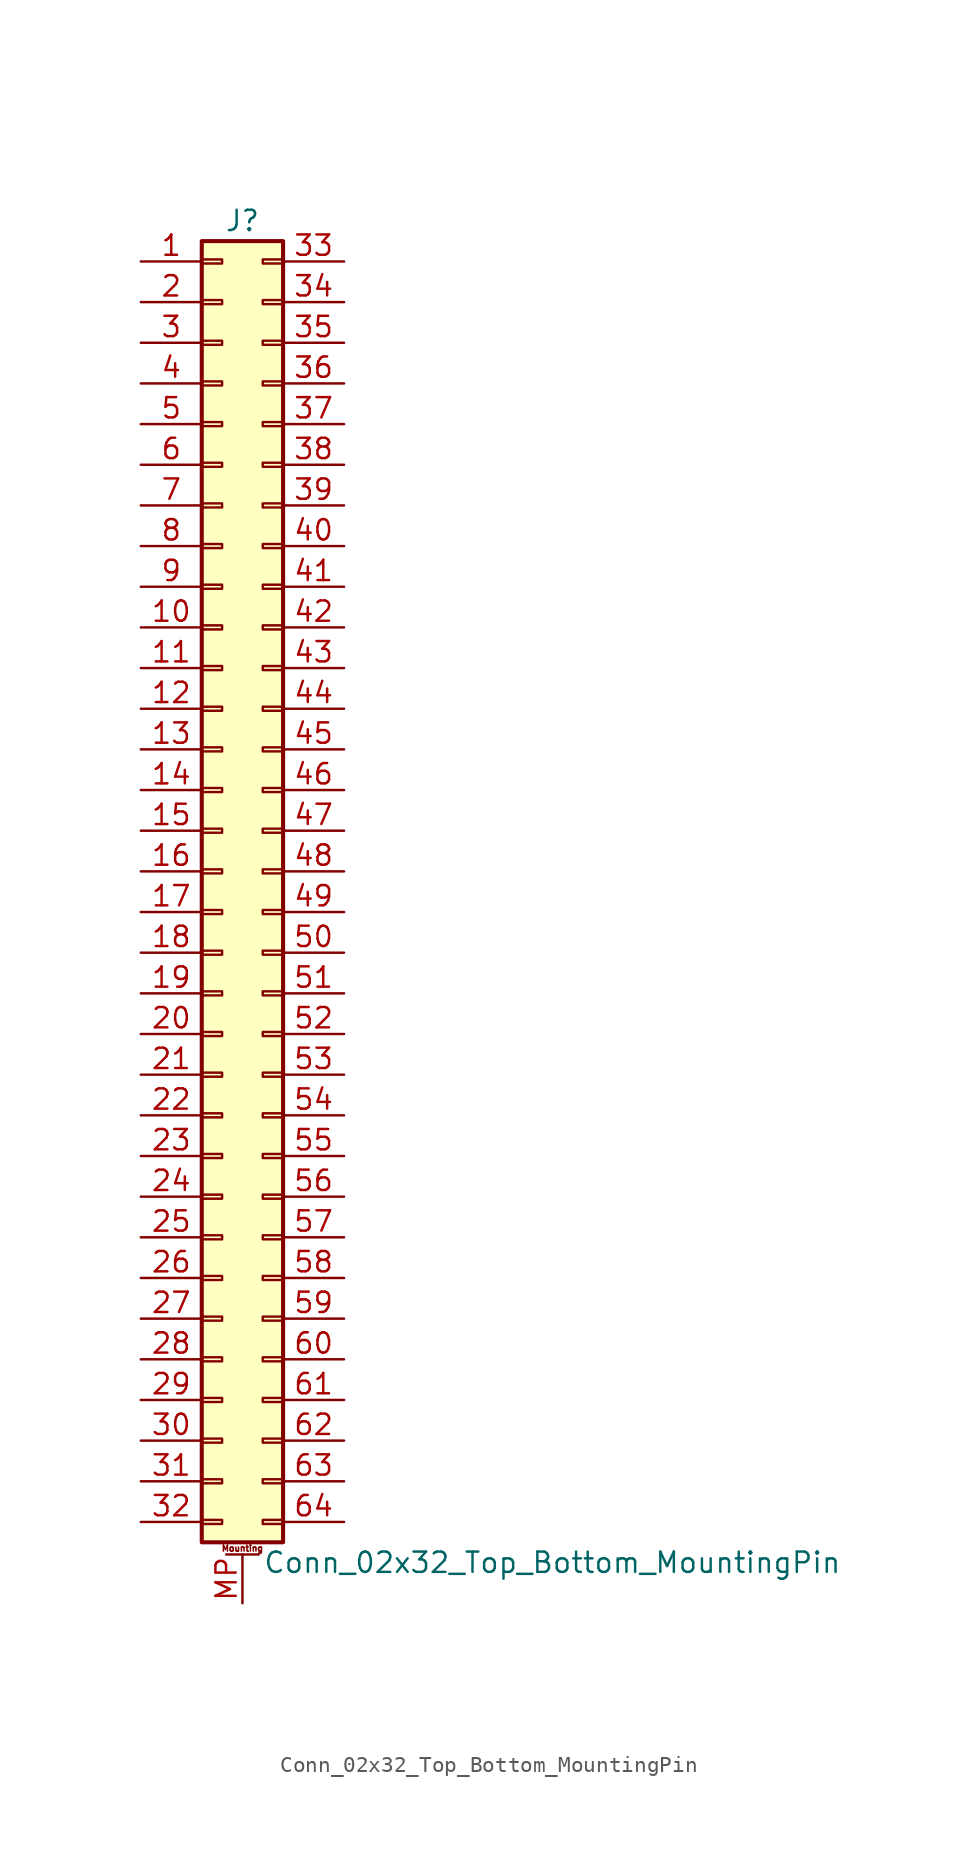
<source format=kicad_sym>
(kicad_symbol_lib
  (version 20201005)
  (generator kicad_symbol_editor)
  (symbol "Connector_Generic_MountingPin:Conn_02x32_Top_Bottom_MountingPin"
    (pin_names
      (offset 1.016) hide)
    (property "Reference" "J"
      (at 1.27 40.64 0)
      (effects (font (size 1.27 1.27))))
    (property "Value" "Conn_02x32_Top_Bottom_MountingPin"
      (at 2.54 -43.18 0)
      (effects (font (size 1.27 1.27)) (justify left)))
    (symbol "Conn_02x32_Top_Bottom_MountingPin_1_1"
      (text "Mounting" (at 1.27 -42.291 0) (effects (font (size 0.381 0.381))))
      (rectangle (start -1.27 -27.813) (end 0 -28.067) (stroke (width 0.152)) (fill (type none)))
      (rectangle (start -1.27 -30.353) (end 0 -30.607) (stroke (width 0.152)) (fill (type none)))
      (rectangle (start -1.27 -32.893) (end 0 -33.147) (stroke (width 0.152)) (fill (type none)))
      (rectangle (start -1.27 -35.433) (end 0 -35.687) (stroke (width 0.152)) (fill (type none)))
      (rectangle (start -1.27 -37.973) (end 0 -38.227) (stroke (width 0.152)) (fill (type none)))
      (rectangle (start -1.27 -40.513) (end 0 -40.767) (stroke (width 0.152)) (fill (type none)))
      (rectangle (start -1.27 -4.953) (end 0 -5.207) (stroke (width 0.152)) (fill (type none)))
      (rectangle (start -1.27 -7.493) (end 0 -7.747) (stroke (width 0.152)) (fill (type none)))
      (rectangle (start -1.27 -10.033) (end 0 -10.287) (stroke (width 0.152)) (fill (type none)))
      (rectangle (start -1.27 -12.573) (end 0 -12.827) (stroke (width 0.152)) (fill (type none)))
      (rectangle (start -1.27 -15.113) (end 0 -15.367) (stroke (width 0.152)) (fill (type none)))
      (rectangle (start -1.27 -17.653) (end 0 -17.907) (stroke (width 0.152)) (fill (type none)))
      (rectangle (start -1.27 -20.193) (end 0 -20.447) (stroke (width 0.152)) (fill (type none)))
      (rectangle (start -1.27 -22.733) (end 0 -22.987) (stroke (width 0.152)) (fill (type none)))
      (rectangle (start -1.27 -2.413) (end 0 -2.667) (stroke (width 0.152)) (fill (type none)))
      (rectangle (start -1.27 -25.273) (end 0 -25.527) (stroke (width 0.152)) (fill (type none)))
      (rectangle (start -1.27 25.527) (end 0 25.273) (stroke (width 0.152)) (fill (type none)))
      (rectangle (start -1.27 2.667) (end 0 2.413) (stroke (width 0.152)) (fill (type none)))
      (rectangle (start -1.27 28.067) (end 0 27.813) (stroke (width 0.152)) (fill (type none)))
      (rectangle (start -1.27 30.607) (end 0 30.353) (stroke (width 0.152)) (fill (type none)))
      (rectangle (start -1.27 33.147) (end 0 32.893) (stroke (width 0.152)) (fill (type none)))
      (rectangle (start -1.27 35.687) (end 0 35.433) (stroke (width 0.152)) (fill (type none)))
      (rectangle (start -1.27 38.227) (end 0 37.973) (stroke (width 0.152)) (fill (type none)))
      (rectangle (start -1.27 39.37) (end 3.81 -41.91) (stroke (width 0.254)) (fill (type background)))
      (rectangle (start -1.27 5.207) (end 0 4.953) (stroke (width 0.152)) (fill (type none)))
      (rectangle (start -1.27 7.747) (end 0 7.493) (stroke (width 0.152)) (fill (type none)))
      (rectangle (start -1.27 10.287) (end 0 10.033) (stroke (width 0.152)) (fill (type none)))
      (rectangle (start -1.27 0.127) (end 0 -0.127) (stroke (width 0.152)) (fill (type none)))
      (rectangle (start -1.27 12.827) (end 0 12.573) (stroke (width 0.152)) (fill (type none)))
      (rectangle (start -1.27 15.367) (end 0 15.113) (stroke (width 0.152)) (fill (type none)))
      (rectangle (start -1.27 17.907) (end 0 17.653) (stroke (width 0.152)) (fill (type none)))
      (rectangle (start -1.27 20.447) (end 0 20.193) (stroke (width 0.152)) (fill (type none)))
      (rectangle (start -1.27 22.987) (end 0 22.733) (stroke (width 0.152)) (fill (type none)))
      (rectangle (start 3.81 -27.813) (end 2.54 -28.067) (stroke (width 0.152)) (fill (type none)))
      (rectangle (start 3.81 -30.353) (end 2.54 -30.607) (stroke (width 0.152)) (fill (type none)))
      (rectangle (start 3.81 -32.893) (end 2.54 -33.147) (stroke (width 0.152)) (fill (type none)))
      (rectangle (start 3.81 -35.433) (end 2.54 -35.687) (stroke (width 0.152)) (fill (type none)))
      (rectangle (start 3.81 -37.973) (end 2.54 -38.227) (stroke (width 0.152)) (fill (type none)))
      (rectangle (start 3.81 -40.513) (end 2.54 -40.767) (stroke (width 0.152)) (fill (type none)))
      (rectangle (start 3.81 -4.953) (end 2.54 -5.207) (stroke (width 0.152)) (fill (type none)))
      (rectangle (start 3.81 -7.493) (end 2.54 -7.747) (stroke (width 0.152)) (fill (type none)))
      (rectangle (start 3.81 -10.033) (end 2.54 -10.287) (stroke (width 0.152)) (fill (type none)))
      (rectangle (start 3.81 -12.573) (end 2.54 -12.827) (stroke (width 0.152)) (fill (type none)))
      (rectangle (start 3.81 -15.113) (end 2.54 -15.367) (stroke (width 0.152)) (fill (type none)))
      (rectangle (start 3.81 -17.653) (end 2.54 -17.907) (stroke (width 0.152)) (fill (type none)))
      (rectangle (start 3.81 -20.193) (end 2.54 -20.447) (stroke (width 0.152)) (fill (type none)))
      (rectangle (start 3.81 -22.733) (end 2.54 -22.987) (stroke (width 0.152)) (fill (type none)))
      (rectangle (start 3.81 -2.413) (end 2.54 -2.667) (stroke (width 0.152)) (fill (type none)))
      (rectangle (start 3.81 -25.273) (end 2.54 -25.527) (stroke (width 0.152)) (fill (type none)))
      (rectangle (start 3.81 25.527) (end 2.54 25.273) (stroke (width 0.152)) (fill (type none)))
      (rectangle (start 3.81 2.667) (end 2.54 2.413) (stroke (width 0.152)) (fill (type none)))
      (rectangle (start 3.81 28.067) (end 2.54 27.813) (stroke (width 0.152)) (fill (type none)))
      (rectangle (start 3.81 30.607) (end 2.54 30.353) (stroke (width 0.152)) (fill (type none)))
      (rectangle (start 3.81 33.147) (end 2.54 32.893) (stroke (width 0.152)) (fill (type none)))
      (rectangle (start 3.81 35.687) (end 2.54 35.433) (stroke (width 0.152)) (fill (type none)))
      (rectangle (start 3.81 38.227) (end 2.54 37.973) (stroke (width 0.152)) (fill (type none)))
      (rectangle (start 3.81 5.207) (end 2.54 4.953) (stroke (width 0.152)) (fill (type none)))
      (rectangle (start 3.81 7.747) (end 2.54 7.493) (stroke (width 0.152)) (fill (type none)))
      (rectangle (start 3.81 10.287) (end 2.54 10.033) (stroke (width 0.152)) (fill (type none)))
      (rectangle (start 3.81 0.127) (end 2.54 -0.127) (stroke (width 0.152)) (fill (type none)))
      (rectangle (start 3.81 12.827) (end 2.54 12.573) (stroke (width 0.152)) (fill (type none)))
      (rectangle (start 3.81 15.367) (end 2.54 15.113) (stroke (width 0.152)) (fill (type none)))
      (rectangle (start 3.81 17.907) (end 2.54 17.653) (stroke (width 0.152)) (fill (type none)))
      (rectangle (start 3.81 20.447) (end 2.54 20.193) (stroke (width 0.152)) (fill (type none)))
      (rectangle (start 3.81 22.987) (end 2.54 22.733) (stroke (width 0.152)) (fill (type none)))
      (polyline (pts (xy 0.254 -42.672) (xy 2.286 -42.672)) (stroke (width 0.152)) (fill (type none)))
      (pin passive line (at 1.27 -45.72 90) (length 3.048) (name "MountPin" (effects (font (size 1.27 1.27)))) (number "MP" (effects (font (size 1.27 1.27)))))
      (pin passive line (at -5.08 38.1 0) (length 3.81) (name "Pin_1" (effects (font (size 1.27 1.27)))) (number "1" (effects (font (size 1.27 1.27)))))
      (pin passive line (at -5.08 15.24 0) (length 3.81) (name "Pin_10" (effects (font (size 1.27 1.27)))) (number "10" (effects (font (size 1.27 1.27)))))
      (pin passive line (at -5.08 12.7 0) (length 3.81) (name "Pin_11" (effects (font (size 1.27 1.27)))) (number "11" (effects (font (size 1.27 1.27)))))
      (pin passive line (at -5.08 10.16 0) (length 3.81) (name "Pin_12" (effects (font (size 1.27 1.27)))) (number "12" (effects (font (size 1.27 1.27)))))
      (pin passive line (at -5.08 7.62 0) (length 3.81) (name "Pin_13" (effects (font (size 1.27 1.27)))) (number "13" (effects (font (size 1.27 1.27)))))
      (pin passive line (at -5.08 5.08 0) (length 3.81) (name "Pin_14" (effects (font (size 1.27 1.27)))) (number "14" (effects (font (size 1.27 1.27)))))
      (pin passive line (at -5.08 2.54 0) (length 3.81) (name "Pin_15" (effects (font (size 1.27 1.27)))) (number "15" (effects (font (size 1.27 1.27)))))
      (pin passive line (at -5.08 0 0) (length 3.81) (name "Pin_16" (effects (font (size 1.27 1.27)))) (number "16" (effects (font (size 1.27 1.27)))))
      (pin passive line (at -5.08 -2.54 0) (length 3.81) (name "Pin_17" (effects (font (size 1.27 1.27)))) (number "17" (effects (font (size 1.27 1.27)))))
      (pin passive line (at -5.08 -5.08 0) (length 3.81) (name "Pin_18" (effects (font (size 1.27 1.27)))) (number "18" (effects (font (size 1.27 1.27)))))
      (pin passive line (at -5.08 -7.62 0) (length 3.81) (name "Pin_19" (effects (font (size 1.27 1.27)))) (number "19" (effects (font (size 1.27 1.27)))))
      (pin passive line (at -5.08 35.56 0) (length 3.81) (name "Pin_2" (effects (font (size 1.27 1.27)))) (number "2" (effects (font (size 1.27 1.27)))))
      (pin passive line (at -5.08 -10.16 0) (length 3.81) (name "Pin_20" (effects (font (size 1.27 1.27)))) (number "20" (effects (font (size 1.27 1.27)))))
      (pin passive line (at -5.08 -12.7 0) (length 3.81) (name "Pin_21" (effects (font (size 1.27 1.27)))) (number "21" (effects (font (size 1.27 1.27)))))
      (pin passive line (at -5.08 -15.24 0) (length 3.81) (name "Pin_22" (effects (font (size 1.27 1.27)))) (number "22" (effects (font (size 1.27 1.27)))))
      (pin passive line (at -5.08 -17.78 0) (length 3.81) (name "Pin_23" (effects (font (size 1.27 1.27)))) (number "23" (effects (font (size 1.27 1.27)))))
      (pin passive line (at -5.08 -20.32 0) (length 3.81) (name "Pin_24" (effects (font (size 1.27 1.27)))) (number "24" (effects (font (size 1.27 1.27)))))
      (pin passive line (at -5.08 -22.86 0) (length 3.81) (name "Pin_25" (effects (font (size 1.27 1.27)))) (number "25" (effects (font (size 1.27 1.27)))))
      (pin passive line (at -5.08 -25.4 0) (length 3.81) (name "Pin_26" (effects (font (size 1.27 1.27)))) (number "26" (effects (font (size 1.27 1.27)))))
      (pin passive line (at -5.08 -27.94 0) (length 3.81) (name "Pin_27" (effects (font (size 1.27 1.27)))) (number "27" (effects (font (size 1.27 1.27)))))
      (pin passive line (at -5.08 -30.48 0) (length 3.81) (name "Pin_28" (effects (font (size 1.27 1.27)))) (number "28" (effects (font (size 1.27 1.27)))))
      (pin passive line (at -5.08 -33.02 0) (length 3.81) (name "Pin_29" (effects (font (size 1.27 1.27)))) (number "29" (effects (font (size 1.27 1.27)))))
      (pin passive line (at -5.08 33.02 0) (length 3.81) (name "Pin_3" (effects (font (size 1.27 1.27)))) (number "3" (effects (font (size 1.27 1.27)))))
      (pin passive line (at -5.08 -35.56 0) (length 3.81) (name "Pin_30" (effects (font (size 1.27 1.27)))) (number "30" (effects (font (size 1.27 1.27)))))
      (pin passive line (at -5.08 -38.1 0) (length 3.81) (name "Pin_31" (effects (font (size 1.27 1.27)))) (number "31" (effects (font (size 1.27 1.27)))))
      (pin passive line (at -5.08 -40.64 0) (length 3.81) (name "Pin_32" (effects (font (size 1.27 1.27)))) (number "32" (effects (font (size 1.27 1.27)))))
      (pin passive line (at 7.62 38.1 180) (length 3.81) (name "Pin_33" (effects (font (size 1.27 1.27)))) (number "33" (effects (font (size 1.27 1.27)))))
      (pin passive line (at 7.62 35.56 180) (length 3.81) (name "Pin_34" (effects (font (size 1.27 1.27)))) (number "34" (effects (font (size 1.27 1.27)))))
      (pin passive line (at 7.62 33.02 180) (length 3.81) (name "Pin_35" (effects (font (size 1.27 1.27)))) (number "35" (effects (font (size 1.27 1.27)))))
      (pin passive line (at 7.62 30.48 180) (length 3.81) (name "Pin_36" (effects (font (size 1.27 1.27)))) (number "36" (effects (font (size 1.27 1.27)))))
      (pin passive line (at 7.62 27.94 180) (length 3.81) (name "Pin_37" (effects (font (size 1.27 1.27)))) (number "37" (effects (font (size 1.27 1.27)))))
      (pin passive line (at 7.62 25.4 180) (length 3.81) (name "Pin_38" (effects (font (size 1.27 1.27)))) (number "38" (effects (font (size 1.27 1.27)))))
      (pin passive line (at 7.62 22.86 180) (length 3.81) (name "Pin_39" (effects (font (size 1.27 1.27)))) (number "39" (effects (font (size 1.27 1.27)))))
      (pin passive line (at -5.08 30.48 0) (length 3.81) (name "Pin_4" (effects (font (size 1.27 1.27)))) (number "4" (effects (font (size 1.27 1.27)))))
      (pin passive line (at 7.62 20.32 180) (length 3.81) (name "Pin_40" (effects (font (size 1.27 1.27)))) (number "40" (effects (font (size 1.27 1.27)))))
      (pin passive line (at 7.62 17.78 180) (length 3.81) (name "Pin_41" (effects (font (size 1.27 1.27)))) (number "41" (effects (font (size 1.27 1.27)))))
      (pin passive line (at 7.62 15.24 180) (length 3.81) (name "Pin_42" (effects (font (size 1.27 1.27)))) (number "42" (effects (font (size 1.27 1.27)))))
      (pin passive line (at 7.62 12.7 180) (length 3.81) (name "Pin_43" (effects (font (size 1.27 1.27)))) (number "43" (effects (font (size 1.27 1.27)))))
      (pin passive line (at 7.62 10.16 180) (length 3.81) (name "Pin_44" (effects (font (size 1.27 1.27)))) (number "44" (effects (font (size 1.27 1.27)))))
      (pin passive line (at 7.62 7.62 180) (length 3.81) (name "Pin_45" (effects (font (size 1.27 1.27)))) (number "45" (effects (font (size 1.27 1.27)))))
      (pin passive line (at 7.62 5.08 180) (length 3.81) (name "Pin_46" (effects (font (size 1.27 1.27)))) (number "46" (effects (font (size 1.27 1.27)))))
      (pin passive line (at 7.62 2.54 180) (length 3.81) (name "Pin_47" (effects (font (size 1.27 1.27)))) (number "47" (effects (font (size 1.27 1.27)))))
      (pin passive line (at 7.62 0 180) (length 3.81) (name "Pin_48" (effects (font (size 1.27 1.27)))) (number "48" (effects (font (size 1.27 1.27)))))
      (pin passive line (at 7.62 -2.54 180) (length 3.81) (name "Pin_49" (effects (font (size 1.27 1.27)))) (number "49" (effects (font (size 1.27 1.27)))))
      (pin passive line (at -5.08 27.94 0) (length 3.81) (name "Pin_5" (effects (font (size 1.27 1.27)))) (number "5" (effects (font (size 1.27 1.27)))))
      (pin passive line (at 7.62 -5.08 180) (length 3.81) (name "Pin_50" (effects (font (size 1.27 1.27)))) (number "50" (effects (font (size 1.27 1.27)))))
      (pin passive line (at 7.62 -7.62 180) (length 3.81) (name "Pin_51" (effects (font (size 1.27 1.27)))) (number "51" (effects (font (size 1.27 1.27)))))
      (pin passive line (at 7.62 -10.16 180) (length 3.81) (name "Pin_52" (effects (font (size 1.27 1.27)))) (number "52" (effects (font (size 1.27 1.27)))))
      (pin passive line (at 7.62 -12.7 180) (length 3.81) (name "Pin_53" (effects (font (size 1.27 1.27)))) (number "53" (effects (font (size 1.27 1.27)))))
      (pin passive line (at 7.62 -15.24 180) (length 3.81) (name "Pin_54" (effects (font (size 1.27 1.27)))) (number "54" (effects (font (size 1.27 1.27)))))
      (pin passive line (at 7.62 -17.78 180) (length 3.81) (name "Pin_55" (effects (font (size 1.27 1.27)))) (number "55" (effects (font (size 1.27 1.27)))))
      (pin passive line (at 7.62 -20.32 180) (length 3.81) (name "Pin_56" (effects (font (size 1.27 1.27)))) (number "56" (effects (font (size 1.27 1.27)))))
      (pin passive line (at 7.62 -22.86 180) (length 3.81) (name "Pin_57" (effects (font (size 1.27 1.27)))) (number "57" (effects (font (size 1.27 1.27)))))
      (pin passive line (at 7.62 -25.4 180) (length 3.81) (name "Pin_58" (effects (font (size 1.27 1.27)))) (number "58" (effects (font (size 1.27 1.27)))))
      (pin passive line (at 7.62 -27.94 180) (length 3.81) (name "Pin_59" (effects (font (size 1.27 1.27)))) (number "59" (effects (font (size 1.27 1.27)))))
      (pin passive line (at -5.08 25.4 0) (length 3.81) (name "Pin_6" (effects (font (size 1.27 1.27)))) (number "6" (effects (font (size 1.27 1.27)))))
      (pin passive line (at 7.62 -30.48 180) (length 3.81) (name "Pin_60" (effects (font (size 1.27 1.27)))) (number "60" (effects (font (size 1.27 1.27)))))
      (pin passive line (at 7.62 -33.02 180) (length 3.81) (name "Pin_61" (effects (font (size 1.27 1.27)))) (number "61" (effects (font (size 1.27 1.27)))))
      (pin passive line (at 7.62 -35.56 180) (length 3.81) (name "Pin_62" (effects (font (size 1.27 1.27)))) (number "62" (effects (font (size 1.27 1.27)))))
      (pin passive line (at 7.62 -38.1 180) (length 3.81) (name "Pin_63" (effects (font (size 1.27 1.27)))) (number "63" (effects (font (size 1.27 1.27)))))
      (pin passive line (at 7.62 -40.64 180) (length 3.81) (name "Pin_64" (effects (font (size 1.27 1.27)))) (number "64" (effects (font (size 1.27 1.27)))))
      (pin passive line (at -5.08 22.86 0) (length 3.81) (name "Pin_7" (effects (font (size 1.27 1.27)))) (number "7" (effects (font (size 1.27 1.27)))))
      (pin passive line (at -5.08 20.32 0) (length 3.81) (name "Pin_8" (effects (font (size 1.27 1.27)))) (number "8" (effects (font (size 1.27 1.27)))))
      (pin passive line (at -5.08 17.78 0) (length 3.81) (name "Pin_9" (effects (font (size 1.27 1.27)))) (number "9" (effects (font (size 1.27 1.27))))))))
</source>
